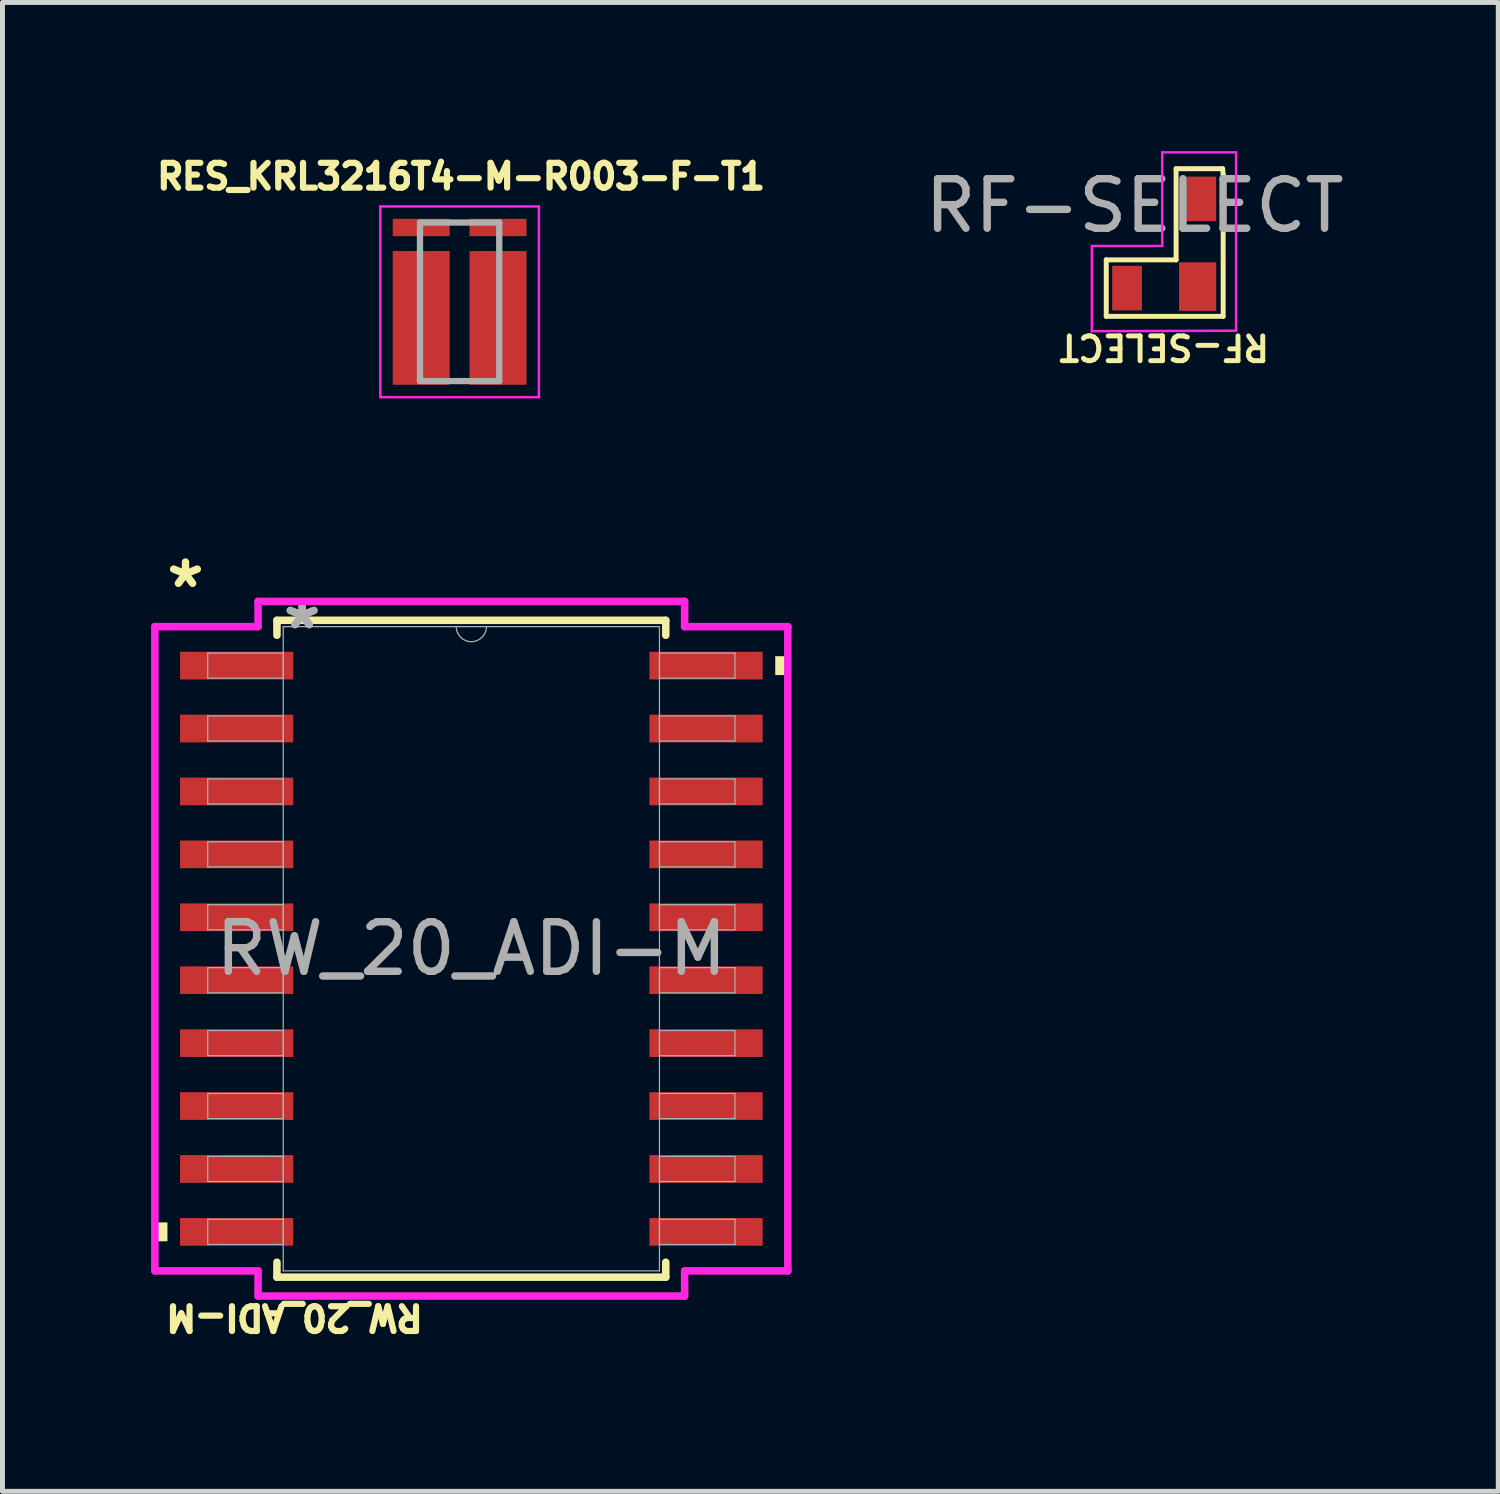
<source format=kicad_pcb>
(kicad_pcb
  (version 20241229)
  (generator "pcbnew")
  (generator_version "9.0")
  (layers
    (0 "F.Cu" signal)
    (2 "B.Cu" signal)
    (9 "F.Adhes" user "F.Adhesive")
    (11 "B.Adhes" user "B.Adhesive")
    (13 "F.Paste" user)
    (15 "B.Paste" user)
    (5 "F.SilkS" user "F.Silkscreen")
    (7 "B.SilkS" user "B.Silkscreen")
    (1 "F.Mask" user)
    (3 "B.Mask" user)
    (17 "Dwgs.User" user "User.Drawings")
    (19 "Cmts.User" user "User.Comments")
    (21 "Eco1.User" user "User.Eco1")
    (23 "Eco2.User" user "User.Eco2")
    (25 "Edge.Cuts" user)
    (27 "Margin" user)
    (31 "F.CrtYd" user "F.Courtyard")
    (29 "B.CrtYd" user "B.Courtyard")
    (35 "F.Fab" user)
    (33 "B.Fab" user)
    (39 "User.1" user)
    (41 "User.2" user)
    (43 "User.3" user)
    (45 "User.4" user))
  (footprint "RW_20_ADI-M"
    (layer "F.Cu")
    (at 6.464 16.1)
    (property "Reference" "RW_20_ADI-M" (at -3.57 7.44 180) (unlocked yes) (layer "F.SilkS") (effects (font (size 0.5 0.5) (thickness 0.125))))
    (attr smd)
    (fp_line (start -3.924 -6.629) (end -3.924 -6.327) (stroke (width 0.152) (type solid)) (layer "F.SilkS"))
    (fp_line (start -3.924 6.327) (end -3.924 6.629) (stroke (width 0.152) (type solid)) (layer "F.SilkS"))
    (fp_line (start -3.924 6.629) (end 3.924 6.629) (stroke (width 0.152) (type solid)) (layer "F.SilkS"))
    (fp_line (start 3.924 -6.629) (end -3.924 -6.629) (stroke (width 0.152) (type solid)) (layer "F.SilkS"))
    (fp_line (start 3.924 -6.327) (end 3.924 -6.629) (stroke (width 0.152) (type solid)) (layer "F.SilkS"))
    (fp_line (start 3.924 6.629) (end 3.924 6.327) (stroke (width 0.152) (type solid)) (layer "F.SilkS"))
    (fp_poly (pts (xy -6.388 5.524) (xy -6.388 5.905) (xy -6.134 5.905) (xy -6.134 5.524)) (stroke (width 0) (type solid)) (fill yes) (layer "F.SilkS"))
    (fp_poly (pts (xy 6.388 -5.905) (xy 6.388 -5.524) (xy 6.134 -5.524) (xy 6.134 -5.905)) (stroke (width 0) (type solid)) (fill yes) (layer "F.SilkS"))
    (fp_line (start -6.388 -6.502) (end -4.305 -6.502) (stroke (width 0.152) (type solid)) (layer "F.CrtYd"))
    (fp_line (start -6.388 6.502) (end -6.388 -6.502) (stroke (width 0.152) (type solid)) (layer "F.CrtYd"))
    (fp_line (start -6.388 6.502) (end -4.305 6.502) (stroke (width 0.152) (type solid)) (layer "F.CrtYd"))
    (fp_line (start -4.305 -7.01) (end 4.305 -7.01) (stroke (width 0.152) (type solid)) (layer "F.CrtYd"))
    (fp_line (start -4.305 -6.502) (end -4.305 -7.01) (stroke (width 0.152) (type solid)) (layer "F.CrtYd"))
    (fp_line (start -4.305 7.01) (end -4.305 6.502) (stroke (width 0.152) (type solid)) (layer "F.CrtYd"))
    (fp_line (start 4.305 -7.01) (end 4.305 -6.502) (stroke (width 0.152) (type solid)) (layer "F.CrtYd"))
    (fp_line (start 4.305 6.502) (end 4.305 7.01) (stroke (width 0.152) (type solid)) (layer "F.CrtYd"))
    (fp_line (start 4.305 7.01) (end -4.305 7.01) (stroke (width 0.152) (type solid)) (layer "F.CrtYd"))
    (fp_line (start 6.388 -6.502) (end 4.305 -6.502) (stroke (width 0.152) (type solid)) (layer "F.CrtYd"))
    (fp_line (start 6.388 -6.502) (end 6.388 6.502) (stroke (width 0.152) (type solid)) (layer "F.CrtYd"))
    (fp_line (start 6.388 6.502) (end 4.305 6.502) (stroke (width 0.152) (type solid)) (layer "F.CrtYd"))
    (fp_line (start -5.321 -5.969) (end -5.321 -5.461) (stroke (width 0.025) (type solid)) (layer "F.Fab"))
    (fp_line (start -5.321 -5.461) (end -3.797 -5.461) (stroke (width 0.025) (type solid)) (layer "F.Fab"))
    (fp_line (start -5.321 -4.699) (end -5.321 -4.191) (stroke (width 0.025) (type solid)) (layer "F.Fab"))
    (fp_line (start -5.321 -4.191) (end -3.797 -4.191) (stroke (width 0.025) (type solid)) (layer "F.Fab"))
    (fp_line (start -5.321 -3.429) (end -5.321 -2.921) (stroke (width 0.025) (type solid)) (layer "F.Fab"))
    (fp_line (start -5.321 -2.921) (end -3.797 -2.921) (stroke (width 0.025) (type solid)) (layer "F.Fab"))
    (fp_line (start -5.321 -2.159) (end -5.321 -1.651) (stroke (width 0.025) (type solid)) (layer "F.Fab"))
    (fp_line (start -5.321 -1.651) (end -3.797 -1.651) (stroke (width 0.025) (type solid)) (layer "F.Fab"))
    (fp_line (start -5.321 -0.889) (end -5.321 -0.381) (stroke (width 0.025) (type solid)) (layer "F.Fab"))
    (fp_line (start -5.321 -0.381) (end -3.797 -0.381) (stroke (width 0.025) (type solid)) (layer "F.Fab"))
    (fp_line (start -5.321 0.381) (end -5.321 0.889) (stroke (width 0.025) (type solid)) (layer "F.Fab"))
    (fp_line (start -5.321 0.889) (end -3.797 0.889) (stroke (width 0.025) (type solid)) (layer "F.Fab"))
    (fp_line (start -5.321 1.651) (end -5.321 2.159) (stroke (width 0.025) (type solid)) (layer "F.Fab"))
    (fp_line (start -5.321 2.159) (end -3.797 2.159) (stroke (width 0.025) (type solid)) (layer "F.Fab"))
    (fp_line (start -5.321 2.921) (end -5.321 3.429) (stroke (width 0.025) (type solid)) (layer "F.Fab"))
    (fp_line (start -5.321 3.429) (end -3.797 3.429) (stroke (width 0.025) (type solid)) (layer "F.Fab"))
    (fp_line (start -5.321 4.191) (end -5.321 4.699) (stroke (width 0.025) (type solid)) (layer "F.Fab"))
    (fp_line (start -5.321 4.699) (end -3.797 4.699) (stroke (width 0.025) (type solid)) (layer "F.Fab"))
    (fp_line (start -5.321 5.461) (end -5.321 5.969) (stroke (width 0.025) (type solid)) (layer "F.Fab"))
    (fp_line (start -5.321 5.969) (end -3.797 5.969) (stroke (width 0.025) (type solid)) (layer "F.Fab"))
    (fp_line (start -3.797 -6.502) (end -3.797 6.502) (stroke (width 0.025) (type solid)) (layer "F.Fab"))
    (fp_line (start -3.797 -5.969) (end -5.321 -5.969) (stroke (width 0.025) (type solid)) (layer "F.Fab"))
    (fp_line (start -3.797 -5.461) (end -3.797 -5.969) (stroke (width 0.025) (type solid)) (layer "F.Fab"))
    (fp_line (start -3.797 -4.699) (end -5.321 -4.699) (stroke (width 0.025) (type solid)) (layer "F.Fab"))
    (fp_line (start -3.797 -4.191) (end -3.797 -4.699) (stroke (width 0.025) (type solid)) (layer "F.Fab"))
    (fp_line (start -3.797 -3.429) (end -5.321 -3.429) (stroke (width 0.025) (type solid)) (layer "F.Fab"))
    (fp_line (start -3.797 -2.921) (end -3.797 -3.429) (stroke (width 0.025) (type solid)) (layer "F.Fab"))
    (fp_line (start -3.797 -2.159) (end -5.321 -2.159) (stroke (width 0.025) (type solid)) (layer "F.Fab"))
    (fp_line (start -3.797 -1.651) (end -3.797 -2.159) (stroke (width 0.025) (type solid)) (layer "F.Fab"))
    (fp_line (start -3.797 -0.889) (end -5.321 -0.889) (stroke (width 0.025) (type solid)) (layer "F.Fab"))
    (fp_line (start -3.797 -0.381) (end -3.797 -0.889) (stroke (width 0.025) (type solid)) (layer "F.Fab"))
    (fp_line (start -3.797 0.381) (end -5.321 0.381) (stroke (width 0.025) (type solid)) (layer "F.Fab"))
    (fp_line (start -3.797 0.889) (end -3.797 0.381) (stroke (width 0.025) (type solid)) (layer "F.Fab"))
    (fp_line (start -3.797 1.651) (end -5.321 1.651) (stroke (width 0.025) (type solid)) (layer "F.Fab"))
    (fp_line (start -3.797 2.159) (end -3.797 1.651) (stroke (width 0.025) (type solid)) (layer "F.Fab"))
    (fp_line (start -3.797 2.921) (end -5.321 2.921) (stroke (width 0.025) (type solid)) (layer "F.Fab"))
    (fp_line (start -3.797 3.429) (end -3.797 2.921) (stroke (width 0.025) (type solid)) (layer "F.Fab"))
    (fp_line (start -3.797 4.191) (end -5.321 4.191) (stroke (width 0.025) (type solid)) (layer "F.Fab"))
    (fp_line (start -3.797 4.699) (end -3.797 4.191) (stroke (width 0.025) (type solid)) (layer "F.Fab"))
    (fp_line (start -3.797 5.461) (end -5.321 5.461) (stroke (width 0.025) (type solid)) (layer "F.Fab"))
    (fp_line (start -3.797 5.969) (end -3.797 5.461) (stroke (width 0.025) (type solid)) (layer "F.Fab"))
    (fp_line (start -3.797 6.502) (end 3.797 6.502) (stroke (width 0.025) (type solid)) (layer "F.Fab"))
    (fp_line (start 3.797 -6.502) (end -3.797 -6.502) (stroke (width 0.025) (type solid)) (layer "F.Fab"))
    (fp_line (start 3.797 -5.969) (end 3.797 -5.461) (stroke (width 0.025) (type solid)) (layer "F.Fab"))
    (fp_line (start 3.797 -5.461) (end 5.321 -5.461) (stroke (width 0.025) (type solid)) (layer "F.Fab"))
    (fp_line (start 3.797 -4.699) (end 3.797 -4.191) (stroke (width 0.025) (type solid)) (layer "F.Fab"))
    (fp_line (start 3.797 -4.191) (end 5.321 -4.191) (stroke (width 0.025) (type solid)) (layer "F.Fab"))
    (fp_line (start 3.797 -3.429) (end 3.797 -2.921) (stroke (width 0.025) (type solid)) (layer "F.Fab"))
    (fp_line (start 3.797 -2.921) (end 5.321 -2.921) (stroke (width 0.025) (type solid)) (layer "F.Fab"))
    (fp_line (start 3.797 -2.159) (end 3.797 -1.651) (stroke (width 0.025) (type solid)) (layer "F.Fab"))
    (fp_line (start 3.797 -1.651) (end 5.321 -1.651) (stroke (width 0.025) (type solid)) (layer "F.Fab"))
    (fp_line (start 3.797 -0.889) (end 3.797 -0.381) (stroke (width 0.025) (type solid)) (layer "F.Fab"))
    (fp_line (start 3.797 -0.381) (end 5.321 -0.381) (stroke (width 0.025) (type solid)) (layer "F.Fab"))
    (fp_line (start 3.797 0.381) (end 3.797 0.889) (stroke (width 0.025) (type solid)) (layer "F.Fab"))
    (fp_line (start 3.797 0.889) (end 5.321 0.889) (stroke (width 0.025) (type solid)) (layer "F.Fab"))
    (fp_line (start 3.797 1.651) (end 3.797 2.159) (stroke (width 0.025) (type solid)) (layer "F.Fab"))
    (fp_line (start 3.797 2.159) (end 5.321 2.159) (stroke (width 0.025) (type solid)) (layer "F.Fab"))
    (fp_line (start 3.797 2.921) (end 3.797 3.429) (stroke (width 0.025) (type solid)) (layer "F.Fab"))
    (fp_line (start 3.797 3.429) (end 5.321 3.429) (stroke (width 0.025) (type solid)) (layer "F.Fab"))
    (fp_line (start 3.797 4.191) (end 3.797 4.699) (stroke (width 0.025) (type solid)) (layer "F.Fab"))
    (fp_line (start 3.797 4.699) (end 5.321 4.699) (stroke (width 0.025) (type solid)) (layer "F.Fab"))
    (fp_line (start 3.797 5.461) (end 3.797 5.969) (stroke (width 0.025) (type solid)) (layer "F.Fab"))
    (fp_line (start 3.797 5.969) (end 5.321 5.969) (stroke (width 0.025) (type solid)) (layer "F.Fab"))
    (fp_line (start 3.797 6.502) (end 3.797 -6.502) (stroke (width 0.025) (type solid)) (layer "F.Fab"))
    (fp_line (start 5.321 -5.969) (end 3.797 -5.969) (stroke (width 0.025) (type solid)) (layer "F.Fab"))
    (fp_line (start 5.321 -5.461) (end 5.321 -5.969) (stroke (width 0.025) (type solid)) (layer "F.Fab"))
    (fp_line (start 5.321 -4.699) (end 3.797 -4.699) (stroke (width 0.025) (type solid)) (layer "F.Fab"))
    (fp_line (start 5.321 -4.191) (end 5.321 -4.699) (stroke (width 0.025) (type solid)) (layer "F.Fab"))
    (fp_line (start 5.321 -3.429) (end 3.797 -3.429) (stroke (width 0.025) (type solid)) (layer "F.Fab"))
    (fp_line (start 5.321 -2.921) (end 5.321 -3.429) (stroke (width 0.025) (type solid)) (layer "F.Fab"))
    (fp_line (start 5.321 -2.159) (end 3.797 -2.159) (stroke (width 0.025) (type solid)) (layer "F.Fab"))
    (fp_line (start 5.321 -1.651) (end 5.321 -2.159) (stroke (width 0.025) (type solid)) (layer "F.Fab"))
    (fp_line (start 5.321 -0.889) (end 3.797 -0.889) (stroke (width 0.025) (type solid)) (layer "F.Fab"))
    (fp_line (start 5.321 -0.381) (end 5.321 -0.889) (stroke (width 0.025) (type solid)) (layer "F.Fab"))
    (fp_line (start 5.321 0.381) (end 3.797 0.381) (stroke (width 0.025) (type solid)) (layer "F.Fab"))
    (fp_line (start 5.321 0.889) (end 5.321 0.381) (stroke (width 0.025) (type solid)) (layer "F.Fab"))
    (fp_line (start 5.321 1.651) (end 3.797 1.651) (stroke (width 0.025) (type solid)) (layer "F.Fab"))
    (fp_line (start 5.321 2.159) (end 5.321 1.651) (stroke (width 0.025) (type solid)) (layer "F.Fab"))
    (fp_line (start 5.321 2.921) (end 3.797 2.921) (stroke (width 0.025) (type solid)) (layer "F.Fab"))
    (fp_line (start 5.321 3.429) (end 5.321 2.921) (stroke (width 0.025) (type solid)) (layer "F.Fab"))
    (fp_line (start 5.321 4.191) (end 3.797 4.191) (stroke (width 0.025) (type solid)) (layer "F.Fab"))
    (fp_line (start 5.321 4.699) (end 5.321 4.191) (stroke (width 0.025) (type solid)) (layer "F.Fab"))
    (fp_line (start 5.321 5.461) (end 3.797 5.461) (stroke (width 0.025) (type solid)) (layer "F.Fab"))
    (fp_line (start 5.321 5.969) (end 5.321 5.461) (stroke (width 0.025) (type solid)) (layer "F.Fab"))
    (fp_arc (start 0.3048 -6.5024) (mid 0 -6.1976) (end -0.3048 -6.5024) (stroke (width 0.0254) (type solid)) (layer "F.Fab"))
    (fp_text user "*" (at -5.77 -7.26 180) (layer "F.SilkS") (effects (font (size 1 1) (thickness 0.15))))
    (fp_text user "${REFERENCE}" (at 0 0 0) (unlocked yes) (layer "F.Fab") (effects (font (size 1 1) (thickness 0.15))))
    (fp_text user "*" (at -3.416 -6.426 0) (unlocked yes) (layer "F.Fab") (effects (font (size 1 1) (thickness 0.15))))
    (fp_text user "*" (at -3.416 -6.426 180) (layer "F.Fab") (effects (font (size 1 1) (thickness 0.15))))
    (pad "1" smd rect (at -4.737 -5.715) (size 2.286 0.559) (layers "F.Cu" "F.Mask" "F.Paste"))
    (pad "2" smd rect (at -4.737 -4.445) (size 2.286 0.559) (layers "F.Cu" "F.Mask" "F.Paste"))
    (pad "3" smd rect (at -4.737 -3.175) (size 2.286 0.559) (layers "F.Cu" "F.Mask" "F.Paste"))
    (pad "4" smd rect (at -4.737 -1.905) (size 2.286 0.559) (layers "F.Cu" "F.Mask" "F.Paste"))
    (pad "5" smd rect (at -4.737 -0.635) (size 2.286 0.559) (layers "F.Cu" "F.Mask" "F.Paste"))
    (pad "6" smd rect (at -4.737 0.635) (size 2.286 0.559) (layers "F.Cu" "F.Mask" "F.Paste"))
    (pad "7" smd rect (at -4.737 1.905) (size 2.286 0.559) (layers "F.Cu" "F.Mask" "F.Paste"))
    (pad "8" smd rect (at -4.737 3.175) (size 2.286 0.559) (layers "F.Cu" "F.Mask" "F.Paste"))
    (pad "9" smd rect (at -4.737 4.445) (size 2.286 0.559) (layers "F.Cu" "F.Mask" "F.Paste"))
    (pad "10" smd rect (at -4.737 5.715) (size 2.286 0.559) (layers "F.Cu" "F.Mask" "F.Paste"))
    (pad "11" smd rect (at 4.737 5.715) (size 2.286 0.559) (layers "F.Cu" "F.Mask" "F.Paste"))
    (pad "12" smd rect (at 4.737 4.445) (size 2.286 0.559) (layers "F.Cu" "F.Mask" "F.Paste"))
    (pad "13" smd rect (at 4.737 3.175) (size 2.286 0.559) (layers "F.Cu" "F.Mask" "F.Paste"))
    (pad "14" smd rect (at 4.737 1.905) (size 2.286 0.559) (layers "F.Cu" "F.Mask" "F.Paste"))
    (pad "15" smd rect (at 4.737 0.635) (size 2.286 0.559) (layers "F.Cu" "F.Mask" "F.Paste"))
    (pad "16" smd rect (at 4.737 -0.635) (size 2.286 0.559) (layers "F.Cu" "F.Mask" "F.Paste"))
    (pad "17" smd rect (at 4.737 -1.905) (size 2.286 0.559) (layers "F.Cu" "F.Mask" "F.Paste"))
    (pad "18" smd rect (at 4.737 -3.175) (size 2.286 0.559) (layers "F.Cu" "F.Mask" "F.Paste"))
    (pad "19" smd rect (at 4.737 -4.445) (size 2.286 0.559) (layers "F.Cu" "F.Mask" "F.Paste"))
    (pad "20" smd rect (at 4.737 -5.715) (size 2.286 0.559) (layers "F.Cu" "F.Mask" "F.Paste")))
  (footprint "RES_KRL3216T4-M-R003-F-T1"
    (layer "F.Cu")
    (at 5.597 3.182)
    (property "Reference" "RES_KRL3216T4-M-R003-F-T1" (at 0.66 -2.67 0) (layer "F.SilkS") (effects (font (size 0.5 0.5) (thickness 0.125))))
    (attr smd)
    (fp_line (start -0.97 -2.065) (end 2.23 -2.065) (stroke (width 0.05) (type solid)) (layer "F.CrtYd"))
    (fp_line (start -0.97 1.785) (end -0.97 -2.065) (stroke (width 0.05) (type solid)) (layer "F.CrtYd"))
    (fp_line (start 2.23 -2.065) (end 2.23 1.785) (stroke (width 0.05) (type solid)) (layer "F.CrtYd"))
    (fp_line (start 2.23 1.785) (end -0.97 1.785) (stroke (width 0.05) (type solid)) (layer "F.CrtYd"))
    (fp_line (start -0.17 -1.74) (end -0.17 1.46) (stroke (width 0.127) (type solid)) (layer "F.Fab"))
    (fp_line (start -0.17 1.46) (end 1.43 1.46) (stroke (width 0.127) (type solid)) (layer "F.Fab"))
    (fp_line (start 1.43 -1.74) (end -0.17 -1.74) (stroke (width 0.127) (type solid)) (layer "F.Fab"))
    (fp_line (start 1.43 1.46) (end 1.43 -1.74) (stroke (width 0.127) (type solid)) (layer "F.Fab"))
    (pad "1" smd rect (at 1.405 -1.64) (size 1.15 0.35) (layers "F.Cu" "F.Mask" "F.Paste"))
    (pad "2" smd rect (at 1.405 0.185) (size 1.15 2.7) (layers "F.Cu" "F.Mask" "F.Paste"))
    (pad "3" smd rect (at -0.145 0.185) (size 1.15 2.7) (layers "F.Cu" "F.Mask" "F.Paste"))
    (pad "4" smd rect (at -0.145 -1.64) (size 1.15 0.35) (layers "F.Cu" "F.Mask" "F.Paste")))
  (footprint "RF-SELECT"
    (layer "F.Cu")
    (at 20.719 1.045)
    (property "Reference" "RF-SELECT" (at -0.269 2.911 180) (unlocked yes) (layer "F.SilkS") (effects (font (size 0.5 0.5) (thickness 0.1))))
    (attr smd)
    (fp_line (start -1.44 1.15) (end -1.44 2.29) (stroke (width 0.1) (type default)) (layer "F.SilkS"))
    (fp_line (start -1.44 2.29) (end 0.92 2.29) (stroke (width 0.1) (type default)) (layer "F.SilkS"))
    (fp_line (start -0.03 -0.69) (end -0.03 1.15) (stroke (width 0.1) (type default)) (layer "F.SilkS"))
    (fp_line (start -0.03 1.15) (end -1.44 1.15) (stroke (width 0.1) (type default)) (layer "F.SilkS"))
    (fp_line (start 0.91 -0.69) (end -0.03 -0.69) (stroke (width 0.1) (type default)) (layer "F.SilkS"))
    (fp_line (start 0.92 -0.57) (end 0.91 -0.69) (stroke (width 0.1) (type default)) (layer "F.SilkS"))
    (fp_line (start 0.92 2.29) (end 0.92 -0.57) (stroke (width 0.1) (type default)) (layer "F.SilkS"))
    (fp_line (start -1.73 0.87) (end -1.73 2.59) (stroke (width 0.05) (type default)) (layer "F.CrtYd"))
    (fp_line (start -1.73 2.59) (end 1.18 2.58) (stroke (width 0.05) (type default)) (layer "F.CrtYd"))
    (fp_line (start -0.31 -1.02) (end -0.31 0.87) (stroke (width 0.05) (type default)) (layer "F.CrtYd"))
    (fp_line (start -0.31 0.87) (end -1.73 0.87) (stroke (width 0.05) (type default)) (layer "F.CrtYd"))
    (fp_line (start 1.18 -1.02) (end -0.31 -1.02) (stroke (width 0.05) (type default)) (layer "F.CrtYd"))
    (fp_line (start 1.18 2.58) (end 1.18 -1.02) (stroke (width 0.05) (type default)) (layer "F.CrtYd"))
    (fp_text user "${REFERENCE}" (at -0.867 0.057 0) (unlocked yes) (layer "F.Fab") (effects (font (size 1 1) (thickness 0.15))))
    (pad "1" smd rect (at -1.02 1.72) (size 0.6 0.9) (layers "F.Cu" "F.Mask" "F.Paste"))
    (pad "2" smd rect (at 0.405 1.69) (size 0.75 0.98) (layers "F.Cu" "F.Mask" "F.Paste"))
    (pad "3" smd rect (at 0.48 -0.08) (size 0.6 0.9) (layers "F.Cu" "F.Mask" "F.Paste")))
  (gr_rect
    (start -3 -3)
    (end 27.192 27.052)
    (stroke (width 0.1) (type default))
    (fill no)
    (layer "Edge.Cuts")))
</source>
